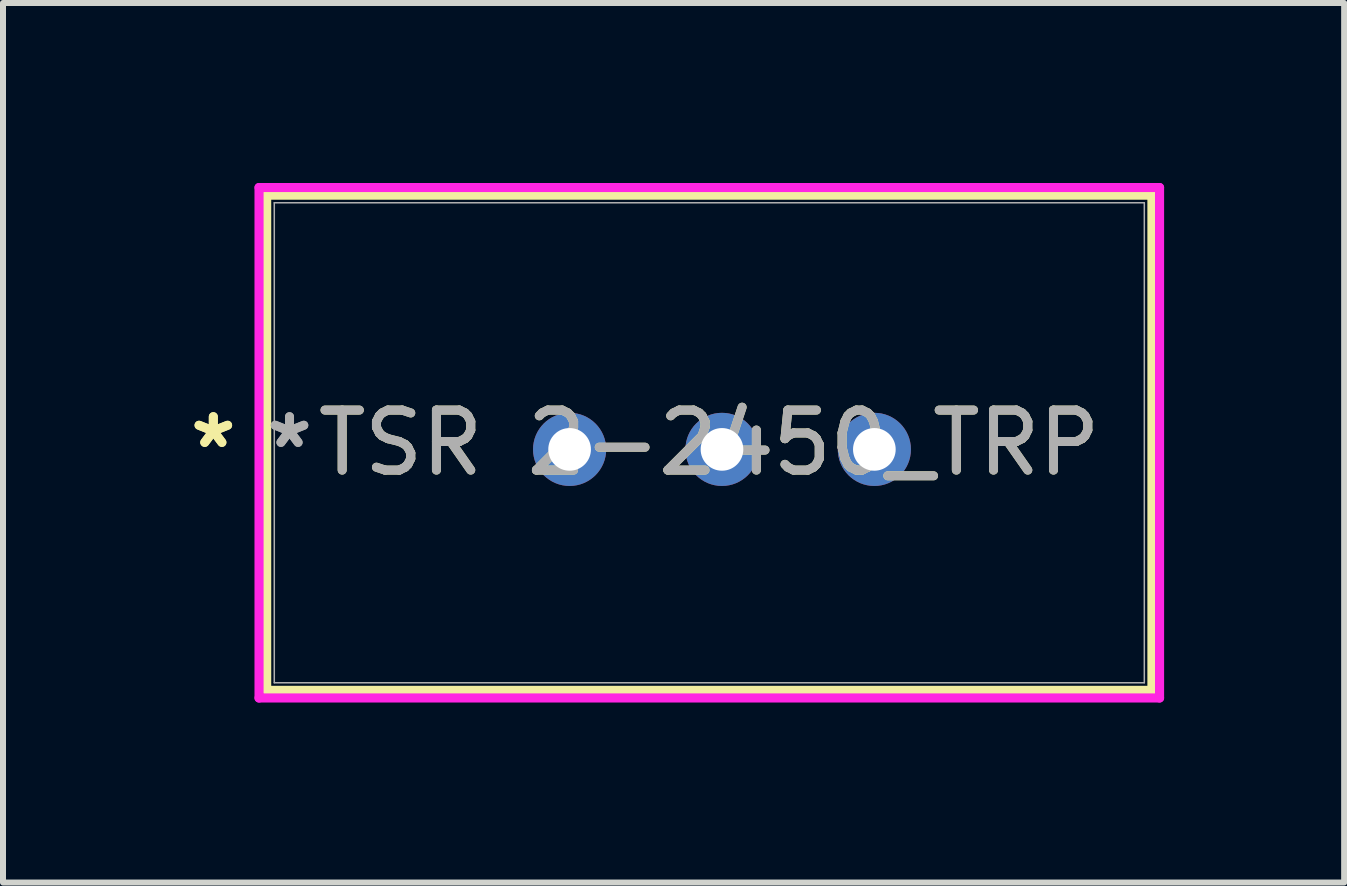
<source format=kicad_pcb>
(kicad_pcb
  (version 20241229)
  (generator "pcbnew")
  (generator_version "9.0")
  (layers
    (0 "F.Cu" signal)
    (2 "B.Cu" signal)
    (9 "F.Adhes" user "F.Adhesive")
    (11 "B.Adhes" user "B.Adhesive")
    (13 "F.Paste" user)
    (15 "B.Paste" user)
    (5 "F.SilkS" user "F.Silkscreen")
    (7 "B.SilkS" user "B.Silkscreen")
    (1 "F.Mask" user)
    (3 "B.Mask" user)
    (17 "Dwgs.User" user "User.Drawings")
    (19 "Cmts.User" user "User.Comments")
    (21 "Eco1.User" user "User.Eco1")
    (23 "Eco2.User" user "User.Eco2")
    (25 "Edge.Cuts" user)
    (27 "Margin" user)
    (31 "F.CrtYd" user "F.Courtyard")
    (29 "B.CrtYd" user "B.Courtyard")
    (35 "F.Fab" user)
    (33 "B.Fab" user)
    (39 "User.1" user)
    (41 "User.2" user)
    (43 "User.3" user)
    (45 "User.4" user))
  (footprint "TSR 2-2450_TRP"
    (layer "F.Cu")
    (at 6.445 4.441)
    (property "Reference" "TSR 2-2450_TRP" (at 2.328 -0.11 0) (unlocked yes) (layer "F.SilkS") (effects (font (size 1 1) (thickness 0.15))))
    (attr through_hole)
    (fp_line (start -5.05 -4.238) (end -5.05 4.017) (stroke (width 0.152) (type solid)) (layer "F.SilkS"))
    (fp_line (start -5.05 4.017) (end 9.707 4.017) (stroke (width 0.152) (type solid)) (layer "F.SilkS"))
    (fp_line (start 9.707 -4.238) (end -5.05 -4.238) (stroke (width 0.152) (type solid)) (layer "F.SilkS"))
    (fp_line (start 9.707 4.017) (end 9.707 -4.238) (stroke (width 0.152) (type solid)) (layer "F.SilkS"))
    (fp_line (start -5.177 -4.365) (end 9.834 -4.365) (stroke (width 0.152) (type solid)) (layer "F.CrtYd"))
    (fp_line (start -5.177 4.144) (end -5.177 -4.365) (stroke (width 0.152) (type solid)) (layer "F.CrtYd"))
    (fp_line (start 9.834 -4.365) (end 9.834 4.144) (stroke (width 0.152) (type solid)) (layer "F.CrtYd"))
    (fp_line (start 9.834 4.144) (end -5.177 4.144) (stroke (width 0.152) (type solid)) (layer "F.CrtYd"))
    (fp_line (start -4.923 -4.111) (end -4.923 3.89) (stroke (width 0.025) (type solid)) (layer "F.Fab"))
    (fp_line (start -4.923 3.89) (end 9.58 3.89) (stroke (width 0.025) (type solid)) (layer "F.Fab"))
    (fp_line (start 9.58 -4.111) (end -4.923 -4.111) (stroke (width 0.025) (type solid)) (layer "F.Fab"))
    (fp_line (start 9.58 3.89) (end 9.58 -4.111) (stroke (width 0.025) (type solid)) (layer "F.Fab"))
    (fp_text user "*" (at -5.939 0 0) (layer "F.SilkS") (effects (font (size 1 1) (thickness 0.15))))
    (fp_text user "*" (at -5.939 0 0) (unlocked yes) (layer "F.SilkS") (effects (font (size 1 1) (thickness 0.15))))
    (fp_text user "${REFERENCE}" (at 2.328 -0.11 0) (unlocked yes) (layer "F.Fab") (effects (font (size 1 1) (thickness 0.15))))
    (fp_text user "*" (at -4.669 0 0) (layer "F.Fab") (effects (font (size 1 1) (thickness 0.15))))
    (fp_text user "*" (at -4.669 0 0) (unlocked yes) (layer "F.Fab") (effects (font (size 1 1) (thickness 0.15))))
    (pad "1" thru_hole circle (at 0 0) (size 1.219 1.219) (drill 0.711) (layers "*.Cu" "*.Mask"))
    (pad "2" thru_hole circle (at 2.54 0) (size 1.219 1.219) (drill 0.711) (layers "*.Cu" "*.Mask"))
    (pad "3" thru_hole circle (at 5.08 0) (size 1.219 1.219) (drill 0.711) (layers "*.Cu" "*.Mask")))
  (gr_rect
    (start -3 -3)
    (end 19.356 11.661)
    (stroke (width 0.1) (type default))
    (fill no)
    (layer "Edge.Cuts")))
</source>
